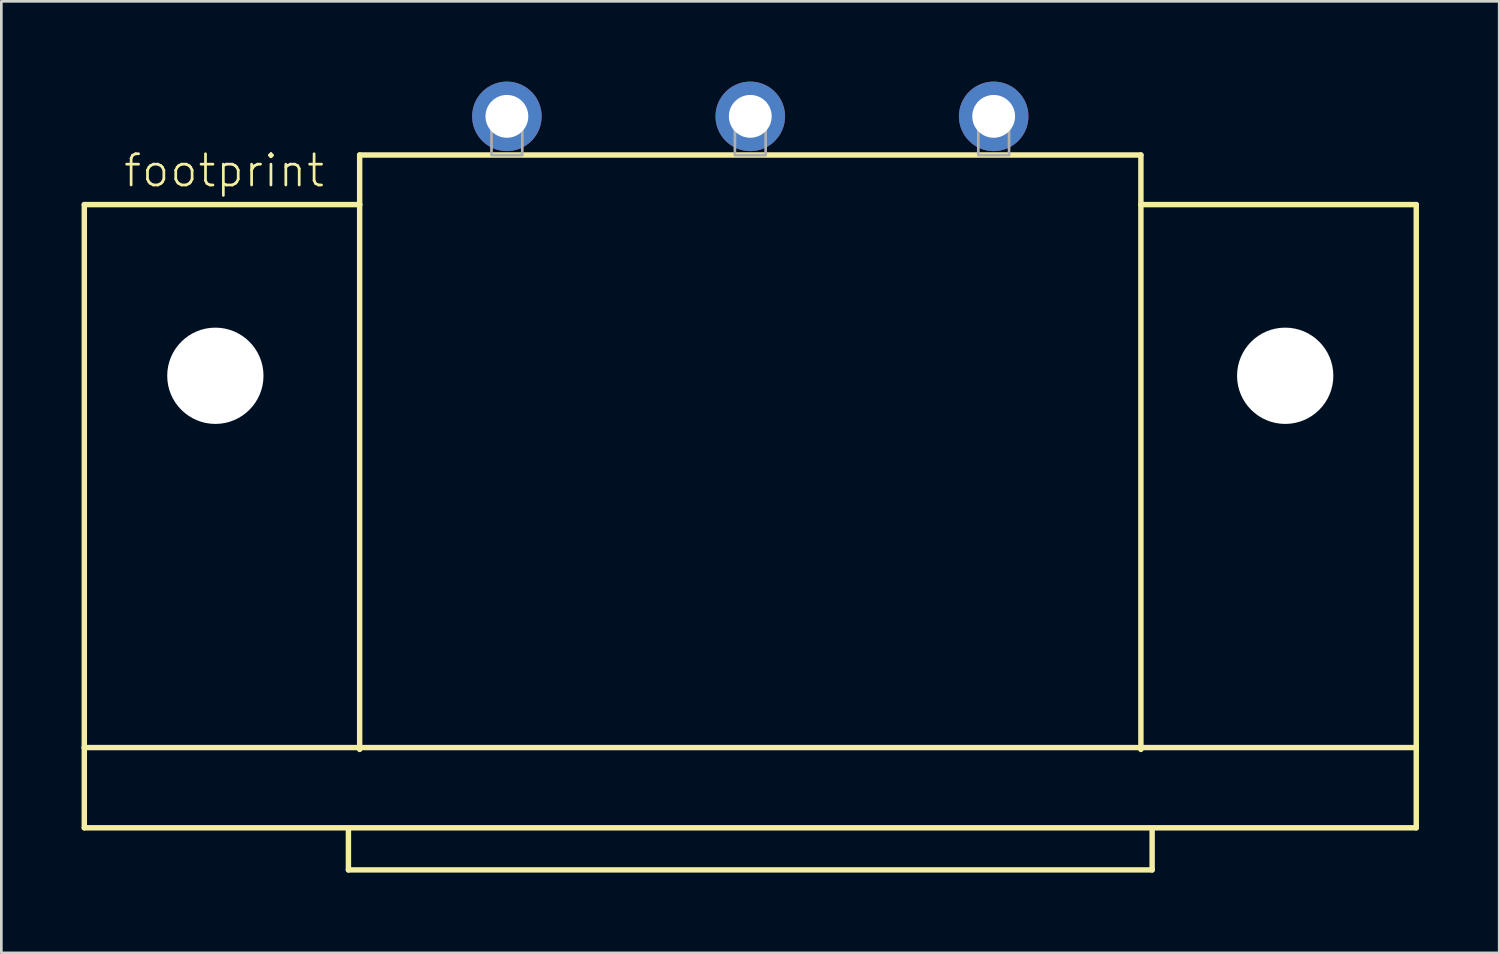
<source format=kicad_pcb>
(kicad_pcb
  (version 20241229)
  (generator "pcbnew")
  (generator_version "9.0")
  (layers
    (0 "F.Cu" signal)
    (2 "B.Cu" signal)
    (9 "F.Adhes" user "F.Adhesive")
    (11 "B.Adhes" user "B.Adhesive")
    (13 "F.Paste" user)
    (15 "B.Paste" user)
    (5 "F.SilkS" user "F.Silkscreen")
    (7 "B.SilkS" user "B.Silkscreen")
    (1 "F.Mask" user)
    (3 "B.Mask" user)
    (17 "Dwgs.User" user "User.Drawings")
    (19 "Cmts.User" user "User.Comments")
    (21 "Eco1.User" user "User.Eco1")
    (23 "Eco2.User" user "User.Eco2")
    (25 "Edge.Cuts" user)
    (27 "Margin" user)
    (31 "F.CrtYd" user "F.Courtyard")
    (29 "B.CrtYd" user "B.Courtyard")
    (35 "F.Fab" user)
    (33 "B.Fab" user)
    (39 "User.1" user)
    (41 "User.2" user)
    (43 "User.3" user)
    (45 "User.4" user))
  (footprint "footprint"
    (layer "F.Cu")
    (at 25.002 11)
    (property "Reference" "footprint" (at -23.495 -6.985 0) (layer "F.SilkS") (effects (font (size 1.168 1.168) (thickness 0.102)) (justify left bottom)))
    (fp_line (start -24.9 -6.4) (end -14.605 -6.4) (stroke (width 0.203) (type solid)) (layer "F.SilkS"))
    (fp_line (start -24.9 13.9) (end -24.9 -6.4) (stroke (width 0.203) (type solid)) (layer "F.SilkS"))
    (fp_line (start -24.9 13.9) (end -24.9 16.9) (stroke (width 0.203) (type solid)) (layer "F.SilkS"))
    (fp_line (start -24.9 16.9) (end 24.9 16.9) (stroke (width 0.203) (type solid)) (layer "F.SilkS"))
    (fp_line (start -15.025 16.95) (end -15.025 18.475) (stroke (width 0.203) (type solid)) (layer "F.SilkS"))
    (fp_line (start -15.025 18.475) (end 15.025 18.475) (stroke (width 0.203) (type solid)) (layer "F.SilkS"))
    (fp_line (start -14.605 -8.255) (end -14.605 -6.4) (stroke (width 0.203) (type solid)) (layer "F.SilkS"))
    (fp_line (start -14.605 -8.255) (end 14.605 -8.255) (stroke (width 0.203) (type solid)) (layer "F.SilkS"))
    (fp_line (start -14.605 -6.4) (end -14.605 13.97) (stroke (width 0.203) (type solid)) (layer "F.SilkS"))
    (fp_line (start 14.605 -8.255) (end 14.605 -6.4) (stroke (width 0.203) (type solid)) (layer "F.SilkS"))
    (fp_line (start 14.605 -6.4) (end 14.605 13.97) (stroke (width 0.203) (type solid)) (layer "F.SilkS"))
    (fp_line (start 14.605 -6.4) (end 24.9 -6.4) (stroke (width 0.203) (type solid)) (layer "F.SilkS"))
    (fp_line (start 15.025 18.475) (end 15.025 16.975) (stroke (width 0.203) (type solid)) (layer "F.SilkS"))
    (fp_line (start 24.9 -6.4) (end 24.9 13.9) (stroke (width 0.203) (type solid)) (layer "F.SilkS"))
    (fp_line (start 24.9 13.9) (end -24.9 13.9) (stroke (width 0.203) (type solid)) (layer "F.SilkS"))
    (fp_line (start 24.9 16.9) (end 24.9 13.9) (stroke (width 0.203) (type solid)) (layer "F.SilkS"))
    (fp_poly (pts (xy -9.675 -8.25) (xy -8.525 -8.25) (xy -8.525 -10.175) (xy -9.675 -10.175)) (stroke (width 0.1) (type solid)) (fill no) (layer "F.Fab"))
    (fp_poly (pts (xy -0.575 -8.25) (xy 0.575 -8.25) (xy 0.575 -10.175) (xy -0.575 -10.175)) (stroke (width 0.1) (type solid)) (fill no) (layer "F.Fab"))
    (fp_poly (pts (xy 8.525 -8.25) (xy 9.675 -8.25) (xy 9.675 -10.175) (xy 8.525 -10.175)) (stroke (width 0.1) (type solid)) (fill no) (layer "F.Fab"))
    (pad "" np_thru_hole circle (at -20 0) (size 3.6 3.6) (drill 3.6) (layers "*.Cu" "*.Mask"))
    (pad "" np_thru_hole circle (at 20 0) (size 3.6 3.6) (drill 3.6) (layers "*.Cu" "*.Mask"))
    (pad "1" thru_hole circle (at -9.1 -9.7) (size 2.6 2.6) (drill 1.6) (layers "*.Cu" "*.Mask"))
    (pad "2" thru_hole circle (at 0 -9.7) (size 2.6 2.6) (drill 1.6) (layers "*.Cu" "*.Mask"))
    (pad "3" thru_hole circle (at 9.1 -9.7) (size 2.6 2.6) (drill 1.6) (layers "*.Cu" "*.Mask")))
  (gr_rect
    (start -3 -3)
    (end 53.003 32.577)
    (stroke (width 0.1) (type default))
    (fill no)
    (layer "Edge.Cuts")))
</source>
